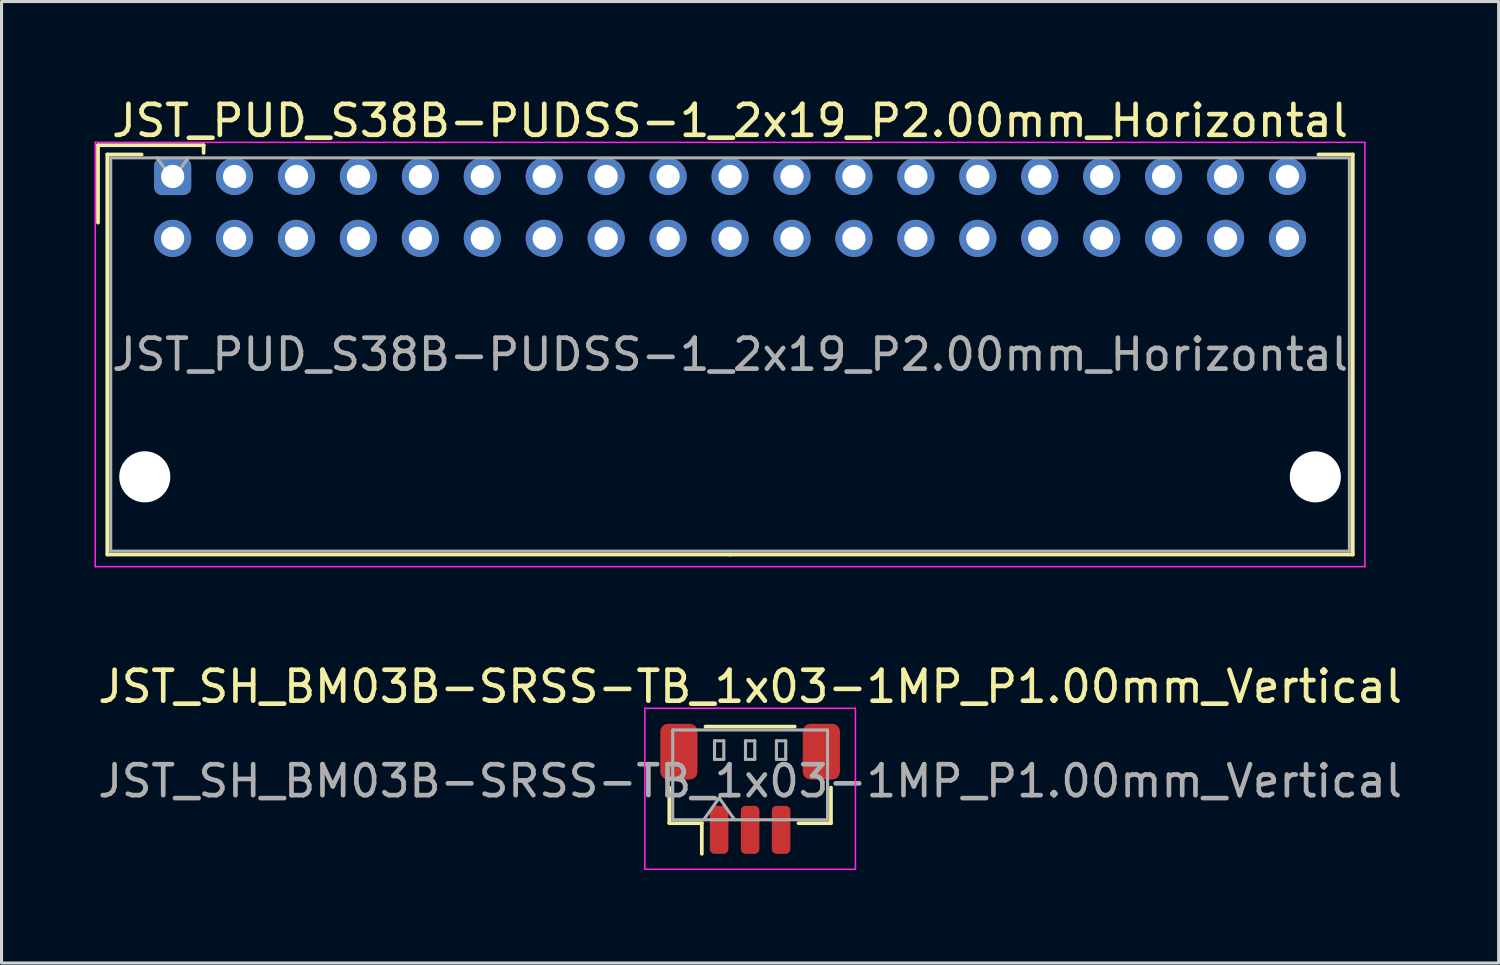
<source format=kicad_pcb>
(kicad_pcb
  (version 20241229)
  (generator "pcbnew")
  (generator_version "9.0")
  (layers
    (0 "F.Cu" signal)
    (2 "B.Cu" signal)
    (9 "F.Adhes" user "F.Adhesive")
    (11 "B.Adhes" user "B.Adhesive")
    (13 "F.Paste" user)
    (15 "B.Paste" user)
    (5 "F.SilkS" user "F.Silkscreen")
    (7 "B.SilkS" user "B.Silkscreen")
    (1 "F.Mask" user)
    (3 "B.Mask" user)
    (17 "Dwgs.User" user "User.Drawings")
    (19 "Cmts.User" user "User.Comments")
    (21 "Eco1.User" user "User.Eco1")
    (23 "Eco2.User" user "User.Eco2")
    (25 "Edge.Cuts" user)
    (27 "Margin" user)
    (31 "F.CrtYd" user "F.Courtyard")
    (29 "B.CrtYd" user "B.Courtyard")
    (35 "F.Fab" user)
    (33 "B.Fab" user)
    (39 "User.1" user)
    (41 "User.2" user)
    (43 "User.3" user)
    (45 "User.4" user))
  (footprint "JST_PUD_S38B-PUDSS-1_2x19_P2.00mm_Horizontal"
    (layer "F.Cu")
    (at 2.525 2.648)
    (property "Reference" "JST_PUD_S38B-PUDSS-1_2x19_P2.00mm_Horizontal" (at 18 -1.8 0) (layer "F.SilkS") (effects (font (size 1 1) (thickness 0.15))))
    (attr through_hole)
    (fp_line (start -2.41 -1.01) (end -2.41 1.49) (stroke (width 0.12) (type solid)) (layer "F.SilkS"))
    (fp_line (start -2.11 -0.71) (end -2.11 12.21) (stroke (width 0.12) (type solid)) (layer "F.SilkS"))
    (fp_line (start -2.11 12.21) (end 18 12.21) (stroke (width 0.12) (type solid)) (layer "F.SilkS"))
    (fp_line (start -1 -0.71) (end -2.11 -0.71) (stroke (width 0.12) (type solid)) (layer "F.SilkS"))
    (fp_line (start 1 -1.01) (end -2.41 -1.01) (stroke (width 0.12) (type solid)) (layer "F.SilkS"))
    (fp_line (start 1 -0.76) (end 1 -1.01) (stroke (width 0.12) (type solid)) (layer "F.SilkS"))
    (fp_line (start 37 -0.71) (end 38.11 -0.71) (stroke (width 0.12) (type solid)) (layer "F.SilkS"))
    (fp_line (start 38.11 -0.71) (end 38.11 12.21) (stroke (width 0.12) (type solid)) (layer "F.SilkS"))
    (fp_line (start 38.11 12.21) (end 18 12.21) (stroke (width 0.12) (type solid)) (layer "F.SilkS"))
    (fp_line (start -2.5 -1.1) (end -2.5 12.6) (stroke (width 0.05) (type solid)) (layer "F.CrtYd"))
    (fp_line (start -2.5 12.6) (end 38.5 12.6) (stroke (width 0.05) (type solid)) (layer "F.CrtYd"))
    (fp_line (start 38.5 -1.1) (end -2.5 -1.1) (stroke (width 0.05) (type solid)) (layer "F.CrtYd"))
    (fp_line (start 38.5 12.6) (end 38.5 -1.1) (stroke (width 0.05) (type solid)) (layer "F.CrtYd"))
    (fp_line (start -2 -0.6) (end -2 12.1) (stroke (width 0.1) (type solid)) (layer "F.Fab"))
    (fp_line (start -2 12.1) (end 38 12.1) (stroke (width 0.1) (type solid)) (layer "F.Fab"))
    (fp_line (start 0 0.107) (end -0.5 -0.6) (stroke (width 0.1) (type solid)) (layer "F.Fab"))
    (fp_line (start 0.5 -0.6) (end 0 0.107) (stroke (width 0.1) (type solid)) (layer "F.Fab"))
    (fp_line (start 38 -0.6) (end -2 -0.6) (stroke (width 0.1) (type solid)) (layer "F.Fab"))
    (fp_line (start 38 12.1) (end 38 -0.6) (stroke (width 0.1) (type solid)) (layer "F.Fab"))
    (fp_text user "${REFERENCE}" (at 18 5.75 0) (layer "F.Fab") (effects (font (size 1 1) (thickness 0.15))))
    (pad "" np_thru_hole circle (at -0.9 9.7) (size 1.65 1.65) (drill 1.65) (layers "*.Cu" "*.Mask"))
    (pad "" np_thru_hole circle (at 36.9 9.7) (size 1.65 1.65) (drill 1.65) (layers "*.Cu" "*.Mask"))
    (pad "1" thru_hole roundrect (at 0 0) (size 1.2 1.2) (drill 0.75) (layers "*.Cu" "*.Mask") (roundrect_rratio 0.208))
    (pad "2" thru_hole circle (at 0 2) (size 1.2 1.2) (drill 0.75) (layers "*.Cu" "*.Mask"))
    (pad "3" thru_hole circle (at 2 0) (size 1.2 1.2) (drill 0.75) (layers "*.Cu" "*.Mask"))
    (pad "4" thru_hole circle (at 2 2) (size 1.2 1.2) (drill 0.75) (layers "*.Cu" "*.Mask"))
    (pad "5" thru_hole circle (at 4 0) (size 1.2 1.2) (drill 0.75) (layers "*.Cu" "*.Mask"))
    (pad "6" thru_hole circle (at 4 2) (size 1.2 1.2) (drill 0.75) (layers "*.Cu" "*.Mask"))
    (pad "7" thru_hole circle (at 6 0) (size 1.2 1.2) (drill 0.75) (layers "*.Cu" "*.Mask"))
    (pad "8" thru_hole circle (at 6 2) (size 1.2 1.2) (drill 0.75) (layers "*.Cu" "*.Mask"))
    (pad "9" thru_hole circle (at 8 0) (size 1.2 1.2) (drill 0.75) (layers "*.Cu" "*.Mask"))
    (pad "10" thru_hole circle (at 8 2) (size 1.2 1.2) (drill 0.75) (layers "*.Cu" "*.Mask"))
    (pad "11" thru_hole circle (at 10 0) (size 1.2 1.2) (drill 0.75) (layers "*.Cu" "*.Mask"))
    (pad "12" thru_hole circle (at 10 2) (size 1.2 1.2) (drill 0.75) (layers "*.Cu" "*.Mask"))
    (pad "13" thru_hole circle (at 12 0) (size 1.2 1.2) (drill 0.75) (layers "*.Cu" "*.Mask"))
    (pad "14" thru_hole circle (at 12 2) (size 1.2 1.2) (drill 0.75) (layers "*.Cu" "*.Mask"))
    (pad "15" thru_hole circle (at 14 0) (size 1.2 1.2) (drill 0.75) (layers "*.Cu" "*.Mask"))
    (pad "16" thru_hole circle (at 14 2) (size 1.2 1.2) (drill 0.75) (layers "*.Cu" "*.Mask"))
    (pad "17" thru_hole circle (at 16 0) (size 1.2 1.2) (drill 0.75) (layers "*.Cu" "*.Mask"))
    (pad "18" thru_hole circle (at 16 2) (size 1.2 1.2) (drill 0.75) (layers "*.Cu" "*.Mask"))
    (pad "19" thru_hole circle (at 18 0) (size 1.2 1.2) (drill 0.75) (layers "*.Cu" "*.Mask"))
    (pad "20" thru_hole circle (at 18 2) (size 1.2 1.2) (drill 0.75) (layers "*.Cu" "*.Mask"))
    (pad "21" thru_hole circle (at 20 0) (size 1.2 1.2) (drill 0.75) (layers "*.Cu" "*.Mask"))
    (pad "22" thru_hole circle (at 20 2) (size 1.2 1.2) (drill 0.75) (layers "*.Cu" "*.Mask"))
    (pad "23" thru_hole circle (at 22 0) (size 1.2 1.2) (drill 0.75) (layers "*.Cu" "*.Mask"))
    (pad "24" thru_hole circle (at 22 2) (size 1.2 1.2) (drill 0.75) (layers "*.Cu" "*.Mask"))
    (pad "25" thru_hole circle (at 24 0) (size 1.2 1.2) (drill 0.75) (layers "*.Cu" "*.Mask"))
    (pad "26" thru_hole circle (at 24 2) (size 1.2 1.2) (drill 0.75) (layers "*.Cu" "*.Mask"))
    (pad "27" thru_hole circle (at 26 0) (size 1.2 1.2) (drill 0.75) (layers "*.Cu" "*.Mask"))
    (pad "28" thru_hole circle (at 26 2) (size 1.2 1.2) (drill 0.75) (layers "*.Cu" "*.Mask"))
    (pad "29" thru_hole circle (at 28 0) (size 1.2 1.2) (drill 0.75) (layers "*.Cu" "*.Mask"))
    (pad "30" thru_hole circle (at 28 2) (size 1.2 1.2) (drill 0.75) (layers "*.Cu" "*.Mask"))
    (pad "31" thru_hole circle (at 30 0) (size 1.2 1.2) (drill 0.75) (layers "*.Cu" "*.Mask"))
    (pad "32" thru_hole circle (at 30 2) (size 1.2 1.2) (drill 0.75) (layers "*.Cu" "*.Mask"))
    (pad "33" thru_hole circle (at 32 0) (size 1.2 1.2) (drill 0.75) (layers "*.Cu" "*.Mask"))
    (pad "34" thru_hole circle (at 32 2) (size 1.2 1.2) (drill 0.75) (layers "*.Cu" "*.Mask"))
    (pad "35" thru_hole circle (at 34 0) (size 1.2 1.2) (drill 0.75) (layers "*.Cu" "*.Mask"))
    (pad "36" thru_hole circle (at 34 2) (size 1.2 1.2) (drill 0.75) (layers "*.Cu" "*.Mask"))
    (pad "37" thru_hole circle (at 36 0) (size 1.2 1.2) (drill 0.75) (layers "*.Cu" "*.Mask"))
    (pad "38" thru_hole circle (at 36 2) (size 1.2 1.2) (drill 0.75) (layers "*.Cu" "*.Mask")))
  (footprint "JST_SH_BM03B-SRSS-TB_1x03-1MP_P1.00mm_Vertical"
    (layer "F.Cu")
    (at 21.173 22.422)
    (property "Reference" "JST_SH_BM03B-SRSS-TB_1x03-1MP_P1.00mm_Vertical" (at 0 -3.3 0) (layer "F.SilkS") (effects (font (size 1 1) (thickness 0.15))))
    (attr smd)
    (fp_line (start -2.61 -0.04) (end -2.61 1.11) (stroke (width 0.12) (type solid)) (layer "F.SilkS"))
    (fp_line (start -2.61 1.11) (end -1.56 1.11) (stroke (width 0.12) (type solid)) (layer "F.SilkS"))
    (fp_line (start -1.56 1.11) (end -1.56 2.1) (stroke (width 0.12) (type solid)) (layer "F.SilkS"))
    (fp_line (start -1.44 -2.01) (end 1.44 -2.01) (stroke (width 0.12) (type solid)) (layer "F.SilkS"))
    (fp_line (start 2.61 -0.04) (end 2.61 1.11) (stroke (width 0.12) (type solid)) (layer "F.SilkS"))
    (fp_line (start 2.61 1.11) (end 1.56 1.11) (stroke (width 0.12) (type solid)) (layer "F.SilkS"))
    (fp_line (start -3.4 -2.6) (end -3.4 2.6) (stroke (width 0.05) (type solid)) (layer "F.CrtYd"))
    (fp_line (start -3.4 2.6) (end 3.4 2.6) (stroke (width 0.05) (type solid)) (layer "F.CrtYd"))
    (fp_line (start 3.4 -2.6) (end -3.4 -2.6) (stroke (width 0.05) (type solid)) (layer "F.CrtYd"))
    (fp_line (start 3.4 2.6) (end 3.4 -2.6) (stroke (width 0.05) (type solid)) (layer "F.CrtYd"))
    (fp_line (start -2.5 -1.9) (end 2.5 -1.9) (stroke (width 0.1) (type solid)) (layer "F.Fab"))
    (fp_line (start -2.5 1) (end -2.5 -1.9) (stroke (width 0.1) (type solid)) (layer "F.Fab"))
    (fp_line (start -2.5 1) (end 2.5 1) (stroke (width 0.1) (type solid)) (layer "F.Fab"))
    (fp_line (start -1.5 1) (end -1 0.293) (stroke (width 0.1) (type solid)) (layer "F.Fab"))
    (fp_line (start -1.15 -1.55) (end -1.15 -0.95) (stroke (width 0.1) (type solid)) (layer "F.Fab"))
    (fp_line (start -1.15 -0.95) (end -0.85 -0.95) (stroke (width 0.1) (type solid)) (layer "F.Fab"))
    (fp_line (start -1 0.293) (end -0.5 1) (stroke (width 0.1) (type solid)) (layer "F.Fab"))
    (fp_line (start -0.85 -1.55) (end -1.15 -1.55) (stroke (width 0.1) (type solid)) (layer "F.Fab"))
    (fp_line (start -0.85 -0.95) (end -0.85 -1.55) (stroke (width 0.1) (type solid)) (layer "F.Fab"))
    (fp_line (start -0.15 -1.55) (end -0.15 -0.95) (stroke (width 0.1) (type solid)) (layer "F.Fab"))
    (fp_line (start -0.15 -0.95) (end 0.15 -0.95) (stroke (width 0.1) (type solid)) (layer "F.Fab"))
    (fp_line (start 0.15 -1.55) (end -0.15 -1.55) (stroke (width 0.1) (type solid)) (layer "F.Fab"))
    (fp_line (start 0.15 -0.95) (end 0.15 -1.55) (stroke (width 0.1) (type solid)) (layer "F.Fab"))
    (fp_line (start 0.85 -1.55) (end 0.85 -0.95) (stroke (width 0.1) (type solid)) (layer "F.Fab"))
    (fp_line (start 0.85 -0.95) (end 1.15 -0.95) (stroke (width 0.1) (type solid)) (layer "F.Fab"))
    (fp_line (start 1.15 -1.55) (end 0.85 -1.55) (stroke (width 0.1) (type solid)) (layer "F.Fab"))
    (fp_line (start 1.15 -0.95) (end 1.15 -1.55) (stroke (width 0.1) (type solid)) (layer "F.Fab"))
    (fp_line (start 2.5 1) (end 2.5 -1.9) (stroke (width 0.1) (type solid)) (layer "F.Fab"))
    (fp_text user "${REFERENCE}" (at 0 -0.25 0) (layer "F.Fab") (effects (font (size 1 1) (thickness 0.15))))
    (pad "1" smd roundrect (at -1 1.325) (size 0.6 1.55) (layers "F.Cu" "F.Mask" "F.Paste") (roundrect_rratio 0.25))
    (pad "2" smd roundrect (at 0 1.325) (size 0.6 1.55) (layers "F.Cu" "F.Mask" "F.Paste") (roundrect_rratio 0.25))
    (pad "3" smd roundrect (at 1 1.325) (size 0.6 1.55) (layers "F.Cu" "F.Mask" "F.Paste") (roundrect_rratio 0.25))
    (pad "MP" smd roundrect (at -2.3 -1.2) (size 1.2 1.8) (layers "F.Cu" "F.Mask" "F.Paste") (roundrect_rratio 0.208))
    (pad "MP" smd roundrect (at 2.3 -1.2) (size 1.2 1.8) (layers "F.Cu" "F.Mask" "F.Paste") (roundrect_rratio 0.208)))
  (gr_rect
    (start -3 -3)
    (end 45.345 28.047)
    (stroke (width 0.1) (type default))
    (fill no)
    (layer "Edge.Cuts")))
</source>
